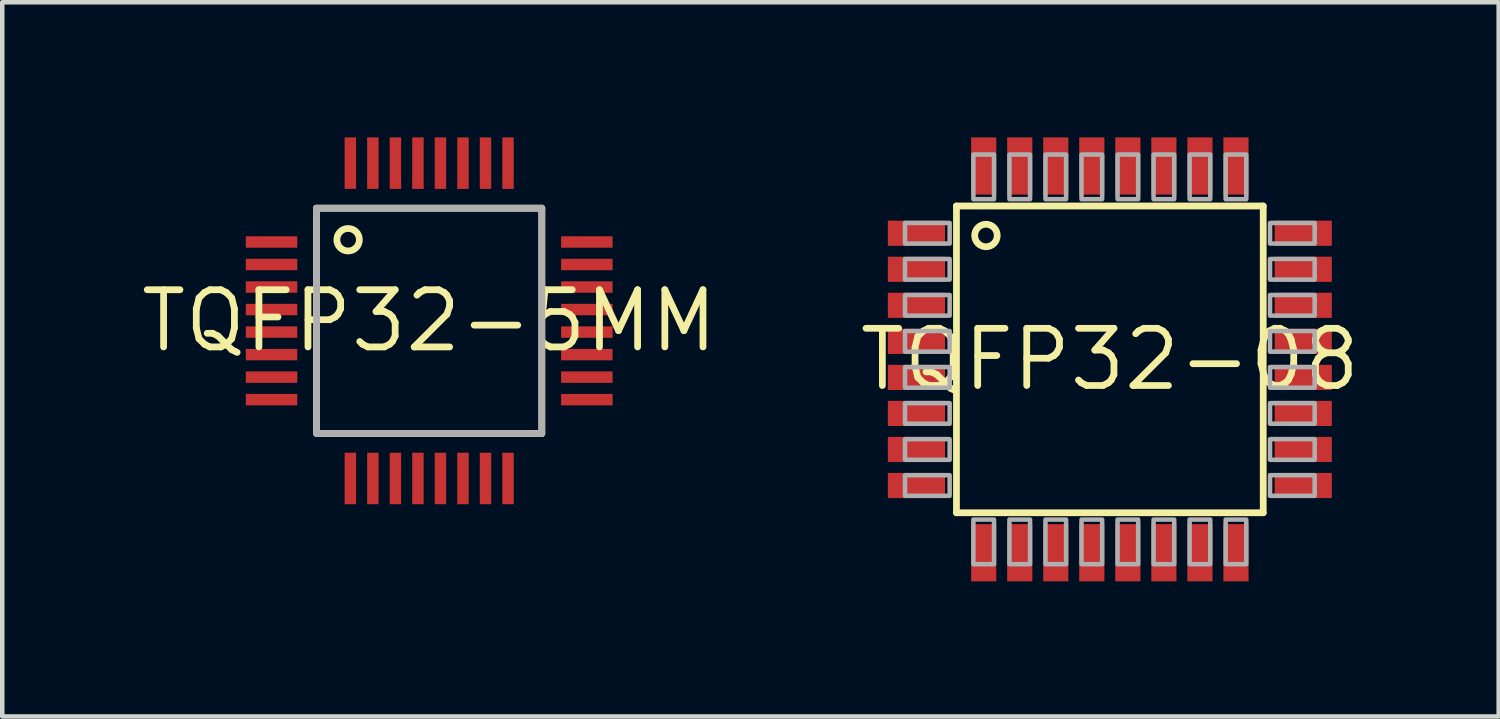
<source format=kicad_pcb>
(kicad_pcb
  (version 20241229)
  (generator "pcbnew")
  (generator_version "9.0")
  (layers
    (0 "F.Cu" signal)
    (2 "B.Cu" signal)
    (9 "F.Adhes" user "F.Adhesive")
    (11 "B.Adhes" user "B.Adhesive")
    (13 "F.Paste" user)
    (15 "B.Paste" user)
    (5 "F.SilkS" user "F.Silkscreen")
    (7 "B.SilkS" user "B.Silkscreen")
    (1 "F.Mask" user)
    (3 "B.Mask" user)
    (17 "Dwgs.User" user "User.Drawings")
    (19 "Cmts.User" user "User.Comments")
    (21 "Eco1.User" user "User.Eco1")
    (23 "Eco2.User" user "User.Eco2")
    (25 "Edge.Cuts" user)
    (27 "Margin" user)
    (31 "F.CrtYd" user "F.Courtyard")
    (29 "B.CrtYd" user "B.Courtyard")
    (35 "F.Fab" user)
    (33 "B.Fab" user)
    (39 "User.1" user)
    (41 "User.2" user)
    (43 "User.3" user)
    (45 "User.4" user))
  (footprint "TQFP32-08"
    (layer "F.Cu")
    (at 21.588 4.928)
    (property "Reference" "TQFP32-08" (at 0 0 0) (layer "F.SilkS") (effects (font (size 1.27 1.27) (thickness 0.15))))
    (attr through_hole)
    (fp_line (start -3.405 -3.405) (end 3.405 -3.405) (stroke (width 0.15) (type solid)) (layer "F.SilkS"))
    (fp_line (start -3.405 3.405) (end -3.405 -3.405) (stroke (width 0.15) (type solid)) (layer "F.SilkS"))
    (fp_line (start 3.405 -3.405) (end 3.405 3.405) (stroke (width 0.15) (type solid)) (layer "F.SilkS"))
    (fp_line (start 3.405 3.405) (end -3.405 3.405) (stroke (width 0.15) (type solid)) (layer "F.SilkS"))
    (fp_circle (center -2.75 -2.75) (end -2.5 -2.75) (stroke (width 0.15) (type solid)) (fill no) (layer "F.SilkS"))
    (fp_poly (pts (xy -4.547 -2.571) (xy -3.556 -2.571) (xy -3.556 -3.029) (xy -4.547 -3.029)) (stroke (width 0.1) (type solid)) (fill no) (layer "F.Fab"))
    (fp_poly (pts (xy -4.547 -1.771) (xy -3.556 -1.771) (xy -3.556 -2.229) (xy -4.547 -2.229)) (stroke (width 0.1) (type solid)) (fill no) (layer "F.Fab"))
    (fp_poly (pts (xy -4.547 -0.971) (xy -3.556 -0.971) (xy -3.556 -1.429) (xy -4.547 -1.429)) (stroke (width 0.1) (type solid)) (fill no) (layer "F.Fab"))
    (fp_poly (pts (xy -4.547 -0.171) (xy -3.556 -0.171) (xy -3.556 -0.629) (xy -4.547 -0.629)) (stroke (width 0.1) (type solid)) (fill no) (layer "F.Fab"))
    (fp_poly (pts (xy -4.547 0.629) (xy -3.556 0.629) (xy -3.556 0.171) (xy -4.547 0.171)) (stroke (width 0.1) (type solid)) (fill no) (layer "F.Fab"))
    (fp_poly (pts (xy -4.547 1.429) (xy -3.556 1.429) (xy -3.556 0.971) (xy -4.547 0.971)) (stroke (width 0.1) (type solid)) (fill no) (layer "F.Fab"))
    (fp_poly (pts (xy -4.547 2.229) (xy -3.556 2.229) (xy -3.556 1.771) (xy -4.547 1.771)) (stroke (width 0.1) (type solid)) (fill no) (layer "F.Fab"))
    (fp_poly (pts (xy -4.547 3.029) (xy -3.556 3.029) (xy -3.556 2.571) (xy -4.547 2.571)) (stroke (width 0.1) (type solid)) (fill no) (layer "F.Fab"))
    (fp_poly (pts (xy -3.029 -3.556) (xy -2.571 -3.556) (xy -2.571 -4.547) (xy -3.029 -4.547)) (stroke (width 0.1) (type solid)) (fill no) (layer "F.Fab"))
    (fp_poly (pts (xy -3.029 4.547) (xy -2.571 4.547) (xy -2.571 3.556) (xy -3.029 3.556)) (stroke (width 0.1) (type solid)) (fill no) (layer "F.Fab"))
    (fp_poly (pts (xy -2.229 -3.556) (xy -1.771 -3.556) (xy -1.771 -4.547) (xy -2.229 -4.547)) (stroke (width 0.1) (type solid)) (fill no) (layer "F.Fab"))
    (fp_poly (pts (xy -2.229 4.547) (xy -1.771 4.547) (xy -1.771 3.556) (xy -2.229 3.556)) (stroke (width 0.1) (type solid)) (fill no) (layer "F.Fab"))
    (fp_poly (pts (xy -1.429 -3.556) (xy -0.971 -3.556) (xy -0.971 -4.547) (xy -1.429 -4.547)) (stroke (width 0.1) (type solid)) (fill no) (layer "F.Fab"))
    (fp_poly (pts (xy -1.429 4.547) (xy -0.971 4.547) (xy -0.971 3.556) (xy -1.429 3.556)) (stroke (width 0.1) (type solid)) (fill no) (layer "F.Fab"))
    (fp_poly (pts (xy -0.629 -3.556) (xy -0.171 -3.556) (xy -0.171 -4.547) (xy -0.629 -4.547)) (stroke (width 0.1) (type solid)) (fill no) (layer "F.Fab"))
    (fp_poly (pts (xy -0.629 4.547) (xy -0.171 4.547) (xy -0.171 3.556) (xy -0.629 3.556)) (stroke (width 0.1) (type solid)) (fill no) (layer "F.Fab"))
    (fp_poly (pts (xy 0.171 -3.556) (xy 0.629 -3.556) (xy 0.629 -4.547) (xy 0.171 -4.547)) (stroke (width 0.1) (type solid)) (fill no) (layer "F.Fab"))
    (fp_poly (pts (xy 0.171 4.547) (xy 0.629 4.547) (xy 0.629 3.556) (xy 0.171 3.556)) (stroke (width 0.1) (type solid)) (fill no) (layer "F.Fab"))
    (fp_poly (pts (xy 0.971 -3.556) (xy 1.429 -3.556) (xy 1.429 -4.547) (xy 0.971 -4.547)) (stroke (width 0.1) (type solid)) (fill no) (layer "F.Fab"))
    (fp_poly (pts (xy 0.971 4.547) (xy 1.429 4.547) (xy 1.429 3.556) (xy 0.971 3.556)) (stroke (width 0.1) (type solid)) (fill no) (layer "F.Fab"))
    (fp_poly (pts (xy 1.771 -3.556) (xy 2.229 -3.556) (xy 2.229 -4.547) (xy 1.771 -4.547)) (stroke (width 0.1) (type solid)) (fill no) (layer "F.Fab"))
    (fp_poly (pts (xy 1.771 4.547) (xy 2.229 4.547) (xy 2.229 3.556) (xy 1.771 3.556)) (stroke (width 0.1) (type solid)) (fill no) (layer "F.Fab"))
    (fp_poly (pts (xy 2.571 -3.556) (xy 3.029 -3.556) (xy 3.029 -4.547) (xy 2.571 -4.547)) (stroke (width 0.1) (type solid)) (fill no) (layer "F.Fab"))
    (fp_poly (pts (xy 2.571 4.547) (xy 3.029 4.547) (xy 3.029 3.556) (xy 2.571 3.556)) (stroke (width 0.1) (type solid)) (fill no) (layer "F.Fab"))
    (fp_poly (pts (xy 3.556 -2.571) (xy 4.547 -2.571) (xy 4.547 -3.029) (xy 3.556 -3.029)) (stroke (width 0.1) (type solid)) (fill no) (layer "F.Fab"))
    (fp_poly (pts (xy 3.556 -1.771) (xy 4.547 -1.771) (xy 4.547 -2.229) (xy 3.556 -2.229)) (stroke (width 0.1) (type solid)) (fill no) (layer "F.Fab"))
    (fp_poly (pts (xy 3.556 -0.971) (xy 4.547 -0.971) (xy 4.547 -1.429) (xy 3.556 -1.429)) (stroke (width 0.1) (type solid)) (fill no) (layer "F.Fab"))
    (fp_poly (pts (xy 3.556 -0.171) (xy 4.547 -0.171) (xy 4.547 -0.629) (xy 3.556 -0.629)) (stroke (width 0.1) (type solid)) (fill no) (layer "F.Fab"))
    (fp_poly (pts (xy 3.556 0.629) (xy 4.547 0.629) (xy 4.547 0.171) (xy 3.556 0.171)) (stroke (width 0.1) (type solid)) (fill no) (layer "F.Fab"))
    (fp_poly (pts (xy 3.556 1.429) (xy 4.547 1.429) (xy 4.547 0.971) (xy 3.556 0.971)) (stroke (width 0.1) (type solid)) (fill no) (layer "F.Fab"))
    (fp_poly (pts (xy 3.556 2.229) (xy 4.547 2.229) (xy 4.547 1.771) (xy 3.556 1.771)) (stroke (width 0.1) (type solid)) (fill no) (layer "F.Fab"))
    (fp_poly (pts (xy 3.556 3.029) (xy 4.547 3.029) (xy 4.547 2.571) (xy 3.556 2.571)) (stroke (width 0.1) (type solid)) (fill no) (layer "F.Fab"))
    (pad "1" smd rect (at -4.293 -2.8) (size 1.27 0.559) (layers "F.Cu" "F.Mask" "F.Paste"))
    (pad "2" smd rect (at -4.293 -2) (size 1.27 0.559) (layers "F.Cu" "F.Mask" "F.Paste"))
    (pad "3" smd rect (at -4.293 -1.2) (size 1.27 0.559) (layers "F.Cu" "F.Mask" "F.Paste"))
    (pad "4" smd rect (at -4.293 -0.4) (size 1.27 0.559) (layers "F.Cu" "F.Mask" "F.Paste"))
    (pad "5" smd rect (at -4.293 0.4) (size 1.27 0.559) (layers "F.Cu" "F.Mask" "F.Paste"))
    (pad "6" smd rect (at -4.293 1.2) (size 1.27 0.559) (layers "F.Cu" "F.Mask" "F.Paste"))
    (pad "7" smd rect (at -4.293 2) (size 1.27 0.559) (layers "F.Cu" "F.Mask" "F.Paste"))
    (pad "8" smd rect (at -4.293 2.8) (size 1.27 0.559) (layers "F.Cu" "F.Mask" "F.Paste"))
    (pad "9" smd rect (at -2.8 4.293) (size 0.559 1.27) (layers "F.Cu" "F.Mask" "F.Paste"))
    (pad "10" smd rect (at -2 4.293) (size 0.559 1.27) (layers "F.Cu" "F.Mask" "F.Paste"))
    (pad "11" smd rect (at -1.2 4.293) (size 0.559 1.27) (layers "F.Cu" "F.Mask" "F.Paste"))
    (pad "12" smd rect (at -0.4 4.293) (size 0.559 1.27) (layers "F.Cu" "F.Mask" "F.Paste"))
    (pad "13" smd rect (at 0.4 4.293) (size 0.559 1.27) (layers "F.Cu" "F.Mask" "F.Paste"))
    (pad "14" smd rect (at 1.2 4.293) (size 0.559 1.27) (layers "F.Cu" "F.Mask" "F.Paste"))
    (pad "15" smd rect (at 2 4.293) (size 0.559 1.27) (layers "F.Cu" "F.Mask" "F.Paste"))
    (pad "16" smd rect (at 2.8 4.293) (size 0.559 1.27) (layers "F.Cu" "F.Mask" "F.Paste"))
    (pad "17" smd rect (at 4.293 2.8) (size 1.27 0.559) (layers "F.Cu" "F.Mask" "F.Paste"))
    (pad "18" smd rect (at 4.293 2) (size 1.27 0.559) (layers "F.Cu" "F.Mask" "F.Paste"))
    (pad "19" smd rect (at 4.293 1.2) (size 1.27 0.559) (layers "F.Cu" "F.Mask" "F.Paste"))
    (pad "20" smd rect (at 4.293 0.4) (size 1.27 0.559) (layers "F.Cu" "F.Mask" "F.Paste"))
    (pad "21" smd rect (at 4.293 -0.4) (size 1.27 0.559) (layers "F.Cu" "F.Mask" "F.Paste"))
    (pad "22" smd rect (at 4.293 -1.2) (size 1.27 0.559) (layers "F.Cu" "F.Mask" "F.Paste"))
    (pad "23" smd rect (at 4.293 -2) (size 1.27 0.559) (layers "F.Cu" "F.Mask" "F.Paste"))
    (pad "24" smd rect (at 4.293 -2.8) (size 1.27 0.559) (layers "F.Cu" "F.Mask" "F.Paste"))
    (pad "25" smd rect (at 2.8 -4.293) (size 0.559 1.27) (layers "F.Cu" "F.Mask" "F.Paste"))
    (pad "26" smd rect (at 2 -4.293) (size 0.559 1.27) (layers "F.Cu" "F.Mask" "F.Paste"))
    (pad "27" smd rect (at 1.2 -4.293) (size 0.559 1.27) (layers "F.Cu" "F.Mask" "F.Paste"))
    (pad "28" smd rect (at 0.4 -4.293) (size 0.559 1.27) (layers "F.Cu" "F.Mask" "F.Paste"))
    (pad "29" smd rect (at -0.4 -4.293) (size 0.559 1.27) (layers "F.Cu" "F.Mask" "F.Paste"))
    (pad "30" smd rect (at -1.2 -4.293) (size 0.559 1.27) (layers "F.Cu" "F.Mask" "F.Paste"))
    (pad "31" smd rect (at -2 -4.293) (size 0.559 1.27) (layers "F.Cu" "F.Mask" "F.Paste"))
    (pad "32" smd rect (at -2.8 -4.293) (size 0.559 1.27) (layers "F.Cu" "F.Mask" "F.Paste")))
  (footprint "TQFP32-5MM"
    (layer "F.Cu")
    (at 6.478 4.072)
    (property "Reference" "TQFP32-5MM" (at 0 0 0) (layer "F.SilkS") (effects (font (size 1.27 1.27) (thickness 0.15))))
    (attr through_hole)
    (fp_line (start -2.5 -2.5) (end -2.5 2.5) (stroke (width 0.15) (type solid)) (layer "F.SilkS"))
    (fp_line (start -2.5 2.5) (end 2.5 2.5) (stroke (width 0.15) (type solid)) (layer "F.SilkS"))
    (fp_line (start 2.5 -2.5) (end -2.5 -2.5) (stroke (width 0.15) (type solid)) (layer "F.SilkS"))
    (fp_line (start 2.5 2.5) (end 2.5 -2.5) (stroke (width 0.15) (type solid)) (layer "F.SilkS"))
    (fp_circle (center -1.8 -1.8) (end -1.55 -1.8) (stroke (width 0.15) (type solid)) (fill no) (layer "F.SilkS"))
    (fp_line (start -2.5 -2.5) (end -2.5 2.5) (stroke (width 0.15) (type solid)) (layer "F.Fab"))
    (fp_line (start -2.5 2.5) (end 2.5 2.5) (stroke (width 0.15) (type solid)) (layer "F.Fab"))
    (fp_line (start 2.5 -2.5) (end -2.5 -2.5) (stroke (width 0.15) (type solid)) (layer "F.Fab"))
    (fp_line (start 2.5 2.5) (end 2.5 -2.5) (stroke (width 0.15) (type solid)) (layer "F.Fab"))
    (pad "1" smd rect (at -3.5 -1.75) (size 1.143 0.254) (layers "F.Cu" "F.Mask" "F.Paste"))
    (pad "2" smd rect (at -3.5 -1.25) (size 1.143 0.254) (layers "F.Cu" "F.Mask" "F.Paste"))
    (pad "3" smd rect (at -3.5 -0.75) (size 1.143 0.254) (layers "F.Cu" "F.Mask" "F.Paste"))
    (pad "4" smd rect (at -3.5 -0.25) (size 1.143 0.254) (layers "F.Cu" "F.Mask" "F.Paste"))
    (pad "5" smd rect (at -3.5 0.25) (size 1.143 0.254) (layers "F.Cu" "F.Mask" "F.Paste"))
    (pad "6" smd rect (at -3.5 0.75) (size 1.143 0.254) (layers "F.Cu" "F.Mask" "F.Paste"))
    (pad "7" smd rect (at -3.5 1.25) (size 1.143 0.254) (layers "F.Cu" "F.Mask" "F.Paste"))
    (pad "8" smd rect (at -3.5 1.75) (size 1.143 0.254) (layers "F.Cu" "F.Mask" "F.Paste"))
    (pad "9" smd rect (at -1.75 3.5 90) (size 1.143 0.254) (layers "F.Cu" "F.Mask" "F.Paste"))
    (pad "10" smd rect (at -1.25 3.5 90) (size 1.143 0.254) (layers "F.Cu" "F.Mask" "F.Paste"))
    (pad "11" smd rect (at -0.75 3.5 90) (size 1.143 0.254) (layers "F.Cu" "F.Mask" "F.Paste"))
    (pad "12" smd rect (at -0.25 3.5 90) (size 1.143 0.254) (layers "F.Cu" "F.Mask" "F.Paste"))
    (pad "13" smd rect (at 0.25 3.5 90) (size 1.143 0.254) (layers "F.Cu" "F.Mask" "F.Paste"))
    (pad "14" smd rect (at 0.75 3.5 90) (size 1.143 0.254) (layers "F.Cu" "F.Mask" "F.Paste"))
    (pad "15" smd rect (at 1.25 3.5 90) (size 1.143 0.254) (layers "F.Cu" "F.Mask" "F.Paste"))
    (pad "16" smd rect (at 1.75 3.5 90) (size 1.143 0.254) (layers "F.Cu" "F.Mask" "F.Paste"))
    (pad "17" smd rect (at 3.5 1.75 180) (size 1.143 0.254) (layers "F.Cu" "F.Mask" "F.Paste"))
    (pad "18" smd rect (at 3.5 1.25 180) (size 1.143 0.254) (layers "F.Cu" "F.Mask" "F.Paste"))
    (pad "19" smd rect (at 3.5 0.75 180) (size 1.143 0.254) (layers "F.Cu" "F.Mask" "F.Paste"))
    (pad "20" smd rect (at 3.5 0.25 180) (size 1.143 0.254) (layers "F.Cu" "F.Mask" "F.Paste"))
    (pad "21" smd rect (at 3.5 -0.25 180) (size 1.143 0.254) (layers "F.Cu" "F.Mask" "F.Paste"))
    (pad "22" smd rect (at 3.5 -0.75 180) (size 1.143 0.254) (layers "F.Cu" "F.Mask" "F.Paste"))
    (pad "23" smd rect (at 3.5 -1.25 180) (size 1.143 0.254) (layers "F.Cu" "F.Mask" "F.Paste"))
    (pad "24" smd rect (at 3.5 -1.75 180) (size 1.143 0.254) (layers "F.Cu" "F.Mask" "F.Paste"))
    (pad "25" smd rect (at 1.75 -3.5 270) (size 1.143 0.254) (layers "F.Cu" "F.Mask" "F.Paste"))
    (pad "26" smd rect (at 1.25 -3.5 270) (size 1.143 0.254) (layers "F.Cu" "F.Mask" "F.Paste"))
    (pad "27" smd rect (at 0.75 -3.5 270) (size 1.143 0.254) (layers "F.Cu" "F.Mask" "F.Paste"))
    (pad "28" smd rect (at 0.25 -3.5 270) (size 1.143 0.254) (layers "F.Cu" "F.Mask" "F.Paste"))
    (pad "29" smd rect (at -0.25 -3.5 270) (size 1.143 0.254) (layers "F.Cu" "F.Mask" "F.Paste"))
    (pad "30" smd rect (at -0.75 -3.5 270) (size 1.143 0.254) (layers "F.Cu" "F.Mask" "F.Paste"))
    (pad "31" smd rect (at -1.25 -3.5 270) (size 1.143 0.254) (layers "F.Cu" "F.Mask" "F.Paste"))
    (pad "32" smd rect (at -1.75 -3.5 270) (size 1.143 0.254) (layers "F.Cu" "F.Mask" "F.Paste")))
  (gr_rect
    (start -3 -3)
    (end 30.22 12.855)
    (stroke (width 0.1) (type default))
    (fill no)
    (layer "Edge.Cuts")))
</source>
